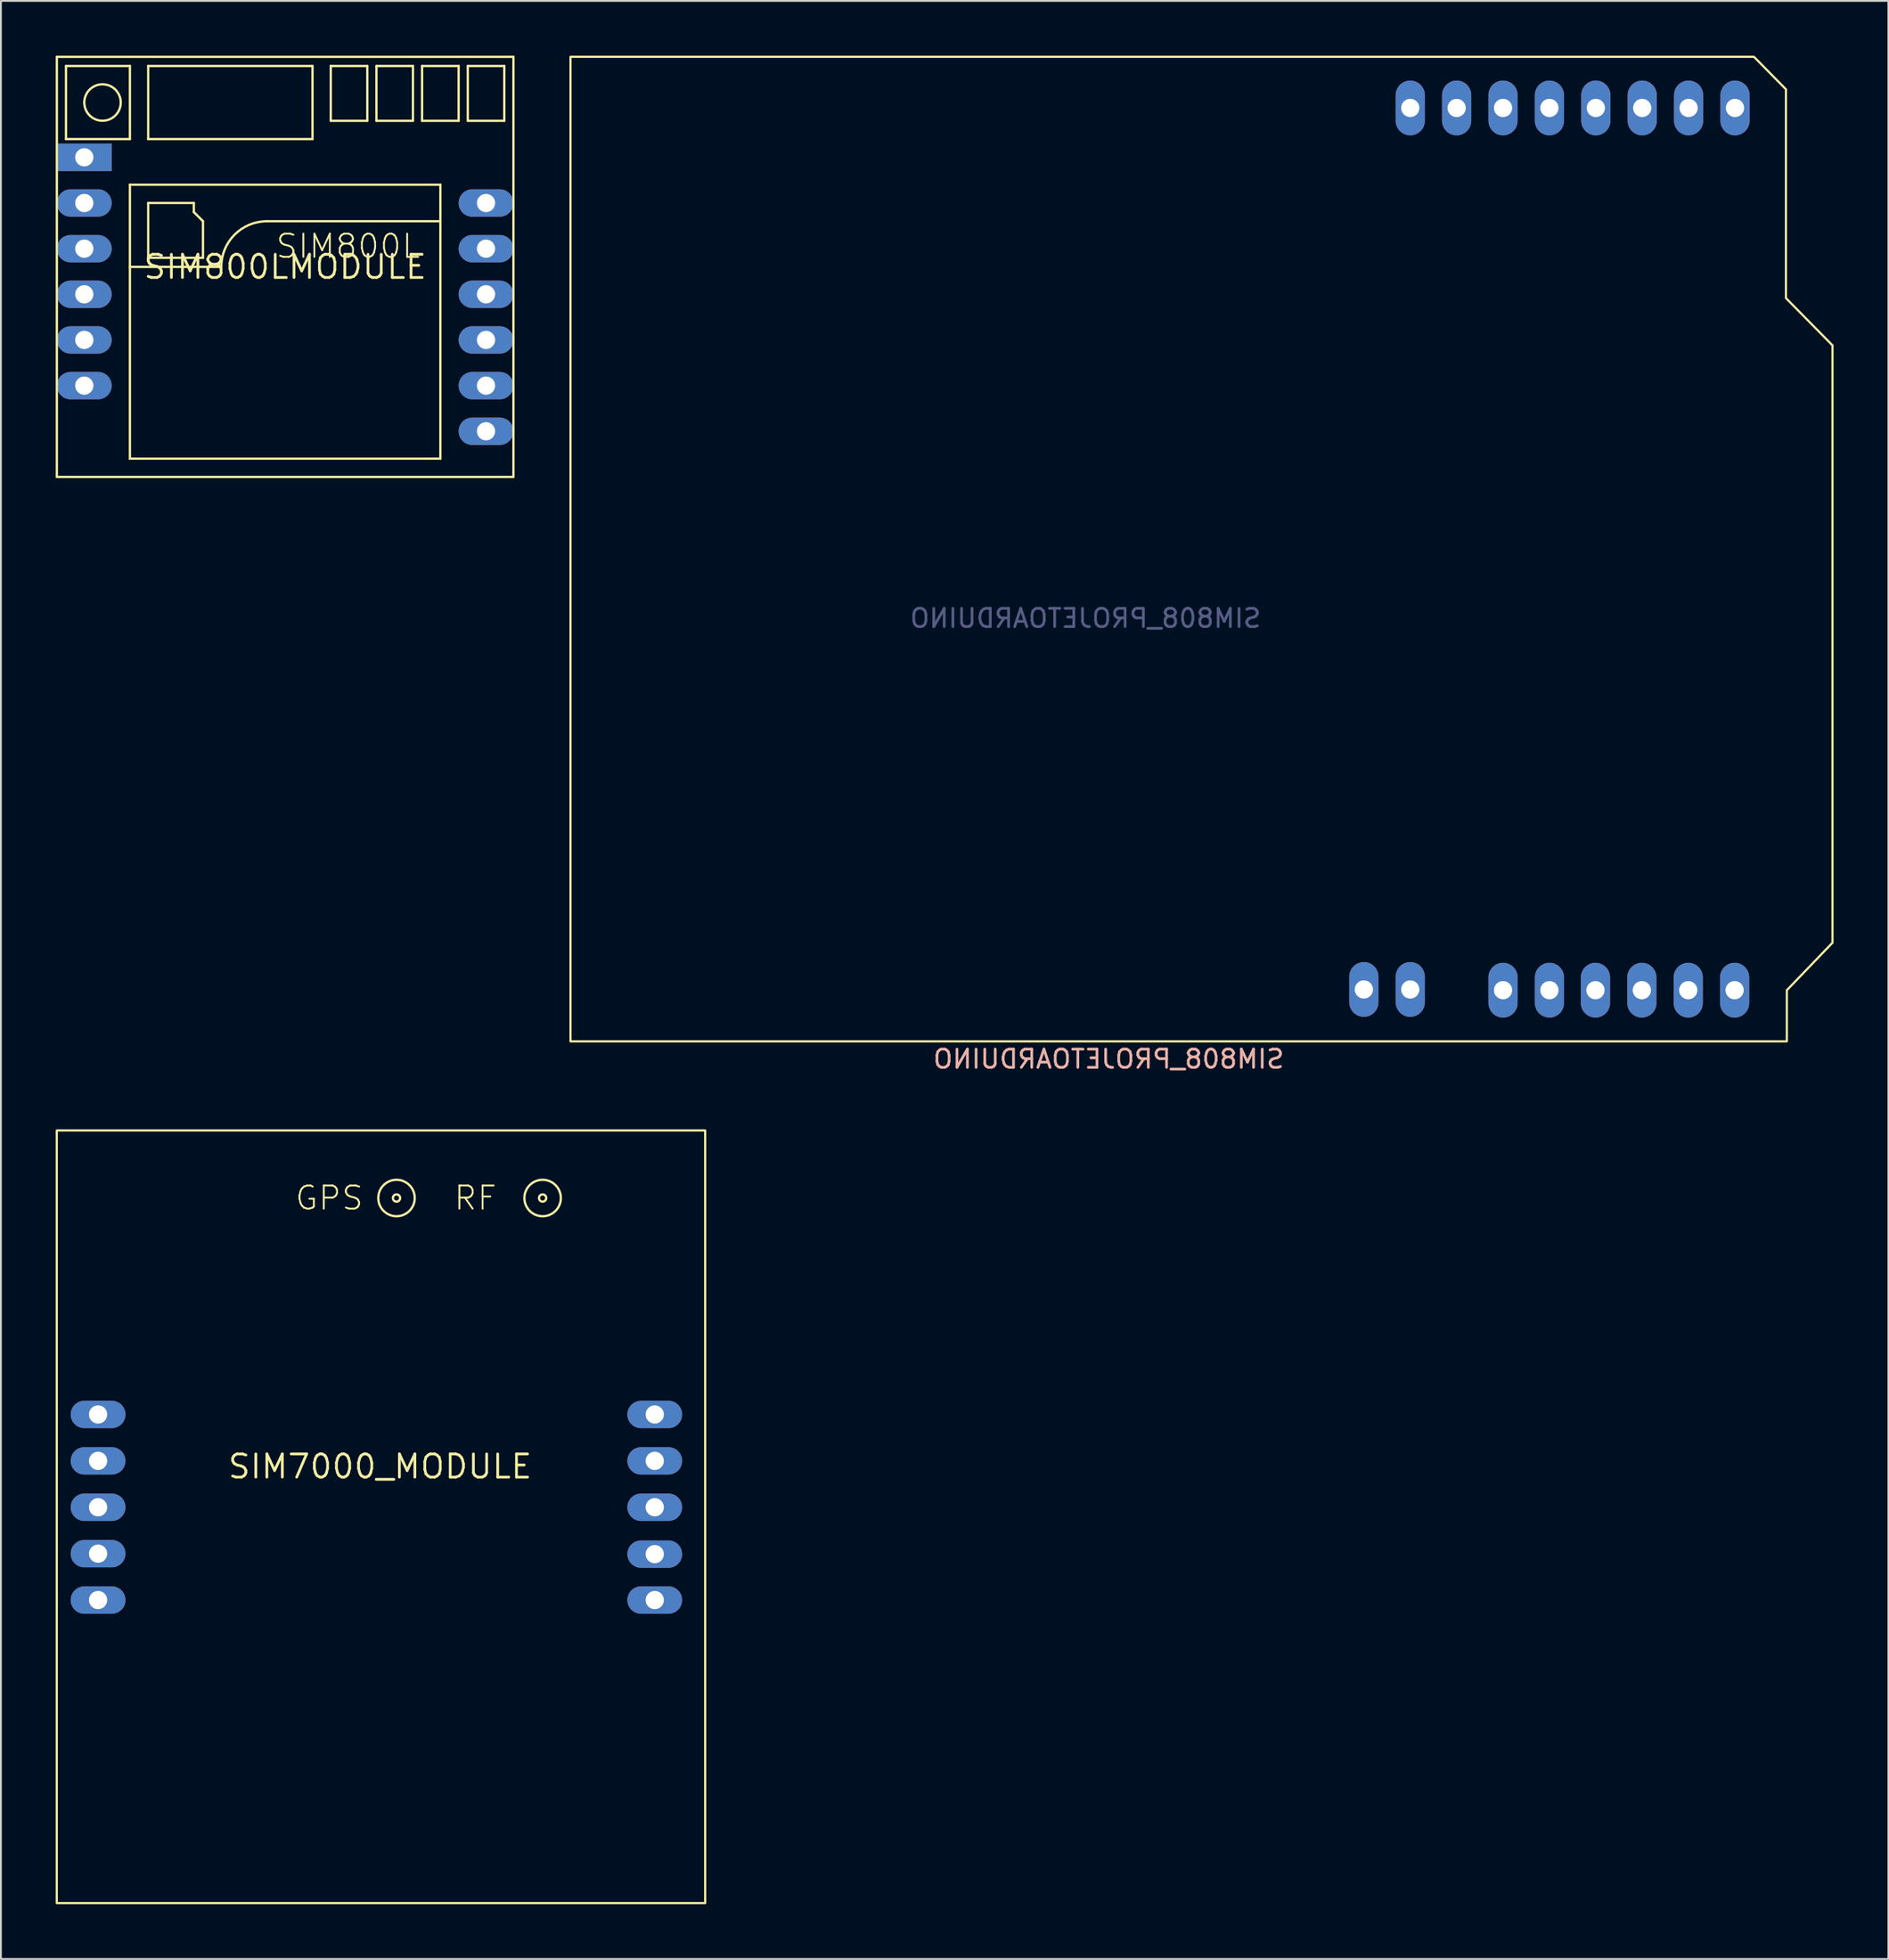
<source format=kicad_pcb>
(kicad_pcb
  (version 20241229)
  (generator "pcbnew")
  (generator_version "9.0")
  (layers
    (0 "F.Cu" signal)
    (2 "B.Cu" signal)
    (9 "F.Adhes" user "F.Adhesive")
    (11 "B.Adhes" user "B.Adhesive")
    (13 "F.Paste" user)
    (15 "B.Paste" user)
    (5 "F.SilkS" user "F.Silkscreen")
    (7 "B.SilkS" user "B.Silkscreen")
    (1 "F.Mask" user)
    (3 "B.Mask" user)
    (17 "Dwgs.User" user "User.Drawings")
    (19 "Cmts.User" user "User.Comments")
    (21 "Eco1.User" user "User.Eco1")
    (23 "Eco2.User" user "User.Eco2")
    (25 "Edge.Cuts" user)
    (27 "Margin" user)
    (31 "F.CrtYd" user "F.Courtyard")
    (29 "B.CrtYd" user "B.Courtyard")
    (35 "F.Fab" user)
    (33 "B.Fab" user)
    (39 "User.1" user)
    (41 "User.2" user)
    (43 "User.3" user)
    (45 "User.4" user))
  (footprint "SIM800LMODULE"
    (layer "F.Cu")
    (at 12.563 11.562)
    (property "Reference" "SIM800LMODULE" (at 0 0 0) (layer "F.SilkS") (effects (font (size 1.27 1.27) (thickness 0.15))))
    (attr through_hole exclude_from_pos_files exclude_from_bom)
    (fp_line (start -12.499 -11.499) (end -12.499 11.499) (stroke (width 0.127) (type solid)) (layer "F.SilkS"))
    (fp_line (start -12.499 11.499) (end 12.499 11.499) (stroke (width 0.127) (type solid)) (layer "F.SilkS"))
    (fp_line (start -11.999 -10.998) (end -8.499 -10.998) (stroke (width 0.127) (type solid)) (layer "F.SilkS"))
    (fp_line (start -11.999 -6.998) (end -11.999 -10.998) (stroke (width 0.127) (type solid)) (layer "F.SilkS"))
    (fp_line (start -8.499 -10.998) (end -8.499 -6.998) (stroke (width 0.127) (type solid)) (layer "F.SilkS"))
    (fp_line (start -8.499 -6.998) (end -11.999 -6.998) (stroke (width 0.127) (type solid)) (layer "F.SilkS"))
    (fp_line (start -8.499 -4.498) (end 8.499 -4.498) (stroke (width 0.127) (type solid)) (layer "F.SilkS"))
    (fp_line (start -8.499 0) (end -8.499 -4.498) (stroke (width 0.127) (type solid)) (layer "F.SilkS"))
    (fp_line (start -8.499 0) (end -3.498 0) (stroke (width 0.127) (type solid)) (layer "F.SilkS"))
    (fp_line (start -8.499 10.498) (end -8.499 0) (stroke (width 0.127) (type solid)) (layer "F.SilkS"))
    (fp_line (start -7.498 -10.998) (end 1.499 -10.998) (stroke (width 0.127) (type solid)) (layer "F.SilkS"))
    (fp_line (start -7.498 -6.998) (end -7.498 -10.998) (stroke (width 0.127) (type solid)) (layer "F.SilkS"))
    (fp_line (start -7.498 -3.498) (end -7.498 -0.498) (stroke (width 0.127) (type solid)) (layer "F.SilkS"))
    (fp_line (start -7.498 -0.498) (end -4.498 -0.498) (stroke (width 0.127) (type solid)) (layer "F.SilkS"))
    (fp_line (start -4.999 -3.498) (end -7.498 -3.498) (stroke (width 0.127) (type solid)) (layer "F.SilkS"))
    (fp_line (start -4.999 -3) (end -4.999 -3.498) (stroke (width 0.127) (type solid)) (layer "F.SilkS"))
    (fp_line (start -4.498 -2.499) (end -4.999 -3) (stroke (width 0.127) (type solid)) (layer "F.SilkS"))
    (fp_line (start -4.498 -0.498) (end -4.498 -2.499) (stroke (width 0.127) (type solid)) (layer "F.SilkS"))
    (fp_line (start -0.998 -2.499) (end 8.499 -2.499) (stroke (width 0.127) (type solid)) (layer "F.SilkS"))
    (fp_line (start 1.499 -10.998) (end 1.499 -6.998) (stroke (width 0.127) (type solid)) (layer "F.SilkS"))
    (fp_line (start 1.499 -6.998) (end -7.498 -6.998) (stroke (width 0.127) (type solid)) (layer "F.SilkS"))
    (fp_line (start 2.499 -10.998) (end 4.498 -10.998) (stroke (width 0.127) (type solid)) (layer "F.SilkS"))
    (fp_line (start 2.499 -7.998) (end 2.499 -10.998) (stroke (width 0.127) (type solid)) (layer "F.SilkS"))
    (fp_line (start 4.498 -10.998) (end 4.498 -7.998) (stroke (width 0.127) (type solid)) (layer "F.SilkS"))
    (fp_line (start 4.498 -7.998) (end 2.499 -7.998) (stroke (width 0.127) (type solid)) (layer "F.SilkS"))
    (fp_line (start 4.999 -10.998) (end 6.998 -10.998) (stroke (width 0.127) (type solid)) (layer "F.SilkS"))
    (fp_line (start 4.999 -7.998) (end 4.999 -10.998) (stroke (width 0.127) (type solid)) (layer "F.SilkS"))
    (fp_line (start 6.998 -10.998) (end 6.998 -7.998) (stroke (width 0.127) (type solid)) (layer "F.SilkS"))
    (fp_line (start 6.998 -7.998) (end 4.999 -7.998) (stroke (width 0.127) (type solid)) (layer "F.SilkS"))
    (fp_line (start 7.498 -10.998) (end 9.5 -10.998) (stroke (width 0.127) (type solid)) (layer "F.SilkS"))
    (fp_line (start 7.498 -7.998) (end 7.498 -10.998) (stroke (width 0.127) (type solid)) (layer "F.SilkS"))
    (fp_line (start 8.499 -4.498) (end 8.499 -2.499) (stroke (width 0.127) (type solid)) (layer "F.SilkS"))
    (fp_line (start 8.499 -2.499) (end 8.499 10.498) (stroke (width 0.127) (type solid)) (layer "F.SilkS"))
    (fp_line (start 8.499 10.498) (end -8.499 10.498) (stroke (width 0.127) (type solid)) (layer "F.SilkS"))
    (fp_line (start 9.5 -10.998) (end 9.5 -7.998) (stroke (width 0.127) (type solid)) (layer "F.SilkS"))
    (fp_line (start 9.5 -7.998) (end 7.498 -7.998) (stroke (width 0.127) (type solid)) (layer "F.SilkS"))
    (fp_line (start 10 -10.998) (end 11.999 -10.998) (stroke (width 0.127) (type solid)) (layer "F.SilkS"))
    (fp_line (start 10 -7.998) (end 10 -10.998) (stroke (width 0.127) (type solid)) (layer "F.SilkS"))
    (fp_line (start 11.999 -10.998) (end 11.999 -7.998) (stroke (width 0.127) (type solid)) (layer "F.SilkS"))
    (fp_line (start 11.999 -7.998) (end 10 -7.998) (stroke (width 0.127) (type solid)) (layer "F.SilkS"))
    (fp_line (start 12.499 -11.499) (end -12.499 -11.499) (stroke (width 0.127) (type solid)) (layer "F.SilkS"))
    (fp_line (start 12.499 11.499) (end 12.499 -11.499) (stroke (width 0.127) (type solid)) (layer "F.SilkS"))
    (fp_arc (start -3.49758 0) (mid -2.765534 -1.767314) (end -0.99822 -2.49936) (stroke (width 0.127) (type solid)) (layer "F.SilkS"))
    (fp_circle (center -10 -8.999) (end -10 -9.997) (stroke (width 0.127) (type solid)) (fill no) (layer "F.SilkS"))
    (fp_text user "SIM800L" (at 3.444 -1.133 0) (layer "F.SilkS") (effects (font (size 1.27 1.27) (thickness 0.102))))
    (pad "DTR" thru_hole oval (at 10.998 -0.998) (size 3 1.5) (drill 1) (layers "*.Cu" "*.Mask"))
    (pad "GND" thru_hole oval (at -10.998 6.5) (size 3 1.5) (drill 1) (layers "*.Cu" "*.Mask"))
    (pad "MIC+" thru_hole oval (at 10.998 1.499) (size 3 1.5) (drill 1) (layers "*.Cu" "*.Mask"))
    (pad "MIC-" thru_hole oval (at 10.998 3.998) (size 3 1.5) (drill 1) (layers "*.Cu" "*.Mask"))
    (pad "NET" thru_hole rect (at -10.998 -5.999) (size 3 1.5) (drill 1) (layers "*.Cu" "*.Mask"))
    (pad "RING" thru_hole oval (at 10.998 -3.498) (size 3 1.5) (drill 1) (layers "*.Cu" "*.Mask"))
    (pad "RST" thru_hole oval (at -10.998 -0.998) (size 3 1.5) (drill 1) (layers "*.Cu" "*.Mask"))
    (pad "RX" thru_hole oval (at -10.998 1.499) (size 3 1.5) (drill 1) (layers "*.Cu" "*.Mask"))
    (pad "SPK+" thru_hole oval (at 10.998 6.5) (size 3 1.5) (drill 1) (layers "*.Cu" "*.Mask"))
    (pad "SPK-" thru_hole oval (at 10.998 8.999) (size 3 1.5) (drill 1) (layers "*.Cu" "*.Mask"))
    (pad "TX" thru_hole oval (at -10.998 3.998) (size 3 1.5) (drill 1) (layers "*.Cu" "*.Mask"))
    (pad "VCC" thru_hole oval (at -10.998 -3.498) (size 3 1.5) (drill 1) (layers "*.Cu" "*.Mask")))
  (footprint "SIM808_PROJETOARDUINO"
    (layer "F.Cu")
    (at 83.086 27.46)
    (property "Reference" "SIM808_PROJETOARDUINO" (at -25.43 27.47 0) (layer "B.SilkS") (effects (font (size 1 1) (thickness 0.15)) (justify mirror)))
    (attr through_hole)
    (fp_poly (pts (xy 11.65 -25.62) (xy 11.65 -14.19) (xy 14.2 -11.6) (xy 14.2 21.1) (xy 11.7 23.7) (xy 11.7 26.5) (xy -54.9 26.5) (xy -54.9 -27.4) (xy 9.9 -27.4)) (stroke (width 0.12) (type solid)) (fill no) (layer "F.SilkS"))
    (fp_text user "${REFERENCE}" (at -26.7 3.34 0) (layer "B.Fab") (effects (font (size 1 1) (thickness 0.15)) (justify mirror)))
    (pad "11" thru_hole oval (at 1.22 23.7 90) (size 3 1.6) (drill 1) (layers "*.Cu" "*.Mask"))
    (pad "12" thru_hole oval (at 3.76 23.7 90) (size 3 1.6) (drill 1) (layers "*.Cu" "*.Mask"))
    (pad "13" thru_hole oval (at 6.3 23.7 90) (size 3 1.6) (drill 1) (layers "*.Cu" "*.Mask"))
    (pad "14" thru_hole oval (at 8.84 23.7 90) (size 3 1.6) (drill 1) (layers "*.Cu" "*.Mask"))
    (pad "15" thru_hole oval (at 8.86 -24.6 90) (size 3 1.6) (drill 1) (layers "*.Cu" "*.Mask"))
    (pad "16" thru_hole oval (at 6.32 -24.6 90) (size 3 1.6) (drill 1) (layers "*.Cu" "*.Mask"))
    (pad "19" thru_hole oval (at -1.3 -24.6 90) (size 3 1.6) (drill 1) (layers "*.Cu" "*.Mask"))
    (pad "21" thru_hole oval (at -6.38 -24.6 90) (size 3 1.6) (drill 1) (layers "*.Cu" "*.Mask"))
    (pad "22" thru_hole oval (at -8.92 -24.6 90) (size 3 1.6) (drill 1) (layers "*.Cu" "*.Mask"))
    (pad "GND" thru_hole oval (at -11.46 23.66 90) (size 3 1.6) (drill 1) (layers "*.Cu" "*.Mask"))
    (pad "PWRK" thru_hole oval (at -3.84 -24.6 90) (size 3 1.6) (drill 1) (layers "*.Cu" "*.Mask"))
    (pad "RING" thru_hole oval (at -3.84 23.7 90) (size 3 1.6) (drill 1) (layers "*.Cu" "*.Mask"))
    (pad "RX" thru_hole oval (at 1.24 -24.6 90) (size 3 1.6) (drill 1) (layers "*.Cu" "*.Mask"))
    (pad "STATUS" thru_hole oval (at -1.3 23.7 90) (size 3 1.6) (drill 1) (layers "*.Cu" "*.Mask"))
    (pad "TX" thru_hole oval (at 3.78 -24.6 90) (size 3 1.6) (drill 1) (layers "*.Cu" "*.Mask"))
    (pad "VIN" thru_hole oval (at -8.92 23.66 90) (size 3 1.6) (drill 1) (layers "*.Cu" "*.Mask")))
  (footprint "SIM7000_MODULE"
    (layer "F.Cu")
    (at 17.56 80.738)
    (property "Reference" "SIM7000_MODULE" (at 0.2 -3.5 0) (layer "F.SilkS") (effects (font (size 1.27 1.27) (thickness 0.15))))
    (attr through_hole exclude_from_pos_files exclude_from_bom)
    (fp_rect (start -17.5 20.4) (end 18 -21.9) (stroke (width 0.12) (type solid)) (fill no) (layer "F.SilkS"))
    (fp_circle (center 1.1 -18.2) (end 1.1 -19.198) (stroke (width 0.127) (type solid)) (fill no) (layer "F.SilkS"))
    (fp_circle (center 1.1 -18.2) (end 1.1 -18.398) (stroke (width 0.127) (type solid)) (fill no) (layer "F.SilkS"))
    (fp_circle (center 9.1 -18.2) (end 9.1 -19.198) (stroke (width 0.127) (type solid)) (fill no) (layer "F.SilkS"))
    (fp_circle (center 9.1 -18.2) (end 9.1 -18.398) (stroke (width 0.127) (type solid)) (fill no) (layer "F.SilkS"))
    (fp_text user "GPS" (at -2.58 -18.2 0) (layer "F.SilkS") (effects (font (size 1.27 1.27) (thickness 0.102))))
    (fp_text user "RF" (at 5.42 -18.2 0) (layer "F.SilkS") (effects (font (size 1.27 1.27) (thickness 0.102))))
    (pad "AIN" thru_hole oval (at 15.24 3.81) (size 3 1.5) (drill 1) (layers "*.Cu" "*.Mask"))
    (pad "GND" thru_hole oval (at -15.24 -1.27) (size 3 1.5) (drill 1) (layers "*.Cu" "*.Mask"))
    (pad "GND" thru_hole oval (at -15.24 1.27) (size 3 1.5) (drill 1) (layers "*.Cu" "*.Mask"))
    (pad "GND" thru_hole oval (at -15.24 3.81) (size 3 1.5) (drill 1) (layers "*.Cu" "*.Mask"))
    (pad "PWRK" thru_hole oval (at 15.24 -6.35) (size 3 1.5) (drill 1) (layers "*.Cu" "*.Mask"))
    (pad "RX" thru_hole oval (at 15.24 -1.27) (size 3 1.5) (drill 1) (layers "*.Cu" "*.Mask"))
    (pad "STATUS" thru_hole oval (at 15.24 -3.81) (size 3 1.5) (drill 1) (layers "*.Cu" "*.Mask"))
    (pad "TX" thru_hole oval (at 15.24 1.296) (size 3 1.5) (drill 1) (layers "*.Cu" "*.Mask"))
    (pad "VCC" thru_hole oval (at -15.24 -6.35) (size 3 1.5) (drill 1) (layers "*.Cu" "*.Mask"))
    (pad "VCC" thru_hole oval (at -15.24 -3.81) (size 3 1.5) (drill 1) (layers "*.Cu" "*.Mask")))
  (gr_rect
    (start -3 -3)
    (end 100.346 104.198)
    (stroke (width 0.1) (type default))
    (fill no)
    (layer "Edge.Cuts")))
</source>
